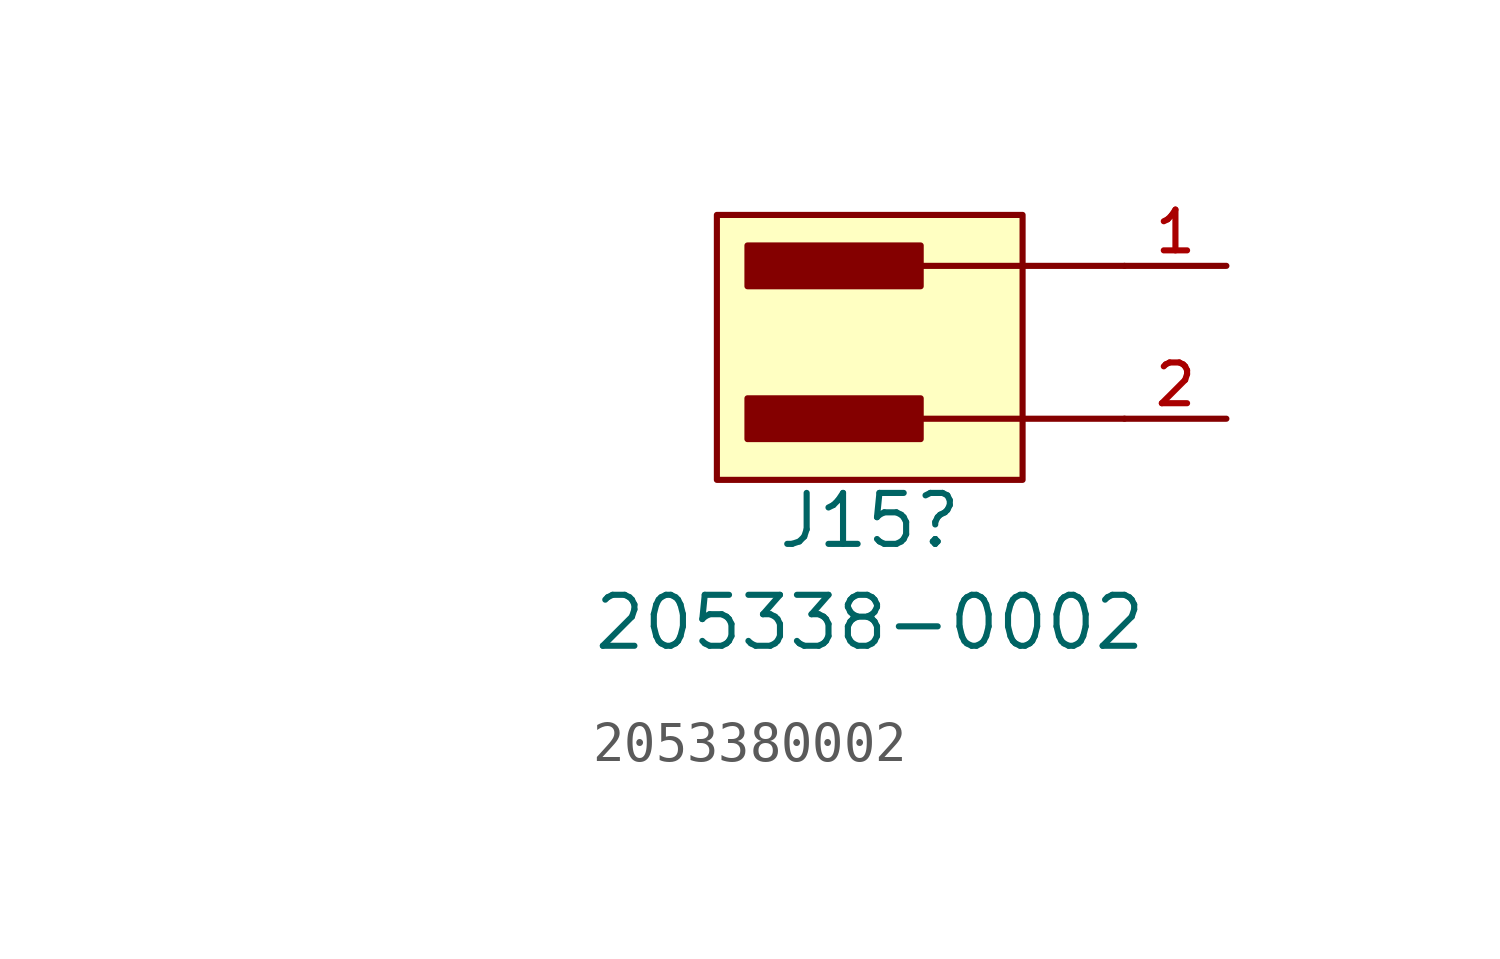
<source format=kicad_sym>
(kicad_symbol_lib
  (version 20220914)
  (generator kicad_symbol_editor)
  (symbol "2053380002"
    (pin_names
      (offset 0))
    (property "Reference" "J15"
      (at -12.7 -1.27 0)
      (effects (font (size 1.27 1.27))))
    (property "Value" "205338-0002"
      (at -12.7 -3.81 0)
      (effects (font (size 1.27 1.27))))
    (property "ki_locked" ""
      (at 0 0 0)
      (effects (font (size 1.27 1.27))))
    (symbol "2053380002_1_1"
      (rectangle (start -16.51 6.35) (end -8.89 -0.254) (stroke (width 0) (type solid)) (fill (type background)))
      (rectangle (start -15.748 1.778) (end -11.43 0.762) (stroke (width 0) (type solid)) (fill (type outline)))
      (rectangle (start -15.748 5.588) (end -11.43 4.572) (stroke (width 0) (type solid)) (fill (type outline)))
      (polyline (pts (xy -11.938 1.27) (xy -6.35 1.27)) (stroke (width 0) (type solid)) (fill (type none)))
      (polyline (pts (xy -11.938 5.08) (xy -6.35 5.08)) (stroke (width 0) (type solid)) (fill (type none)))
      (pin passive line (at -3.81 5.08 180) (length 2.54) (name "" (effects (font (size 1.016 1.016)))) (number "1" (effects (font (size 1.016 1.016)))))
      (pin passive line (at -3.81 1.27 180) (length 2.54) (name "" (effects (font (size 1.016 1.016)))) (number "2" (effects (font (size 1.016 1.016)))))
      (pin no_connect line (at -25.4 5.08 180) (length 2.54) hide (name "MNT_1" (effects (font (size 1.016 1.016)))) (number "3" (effects (font (size 1.016 1.016)))))
      (pin no_connect line (at -25.4 1.27 180) (length 2.54) hide (name "MNT_2" (effects (font (size 1.016 1.016)))) (number "4" (effects (font (size 1.016 1.016))))))))
</source>
